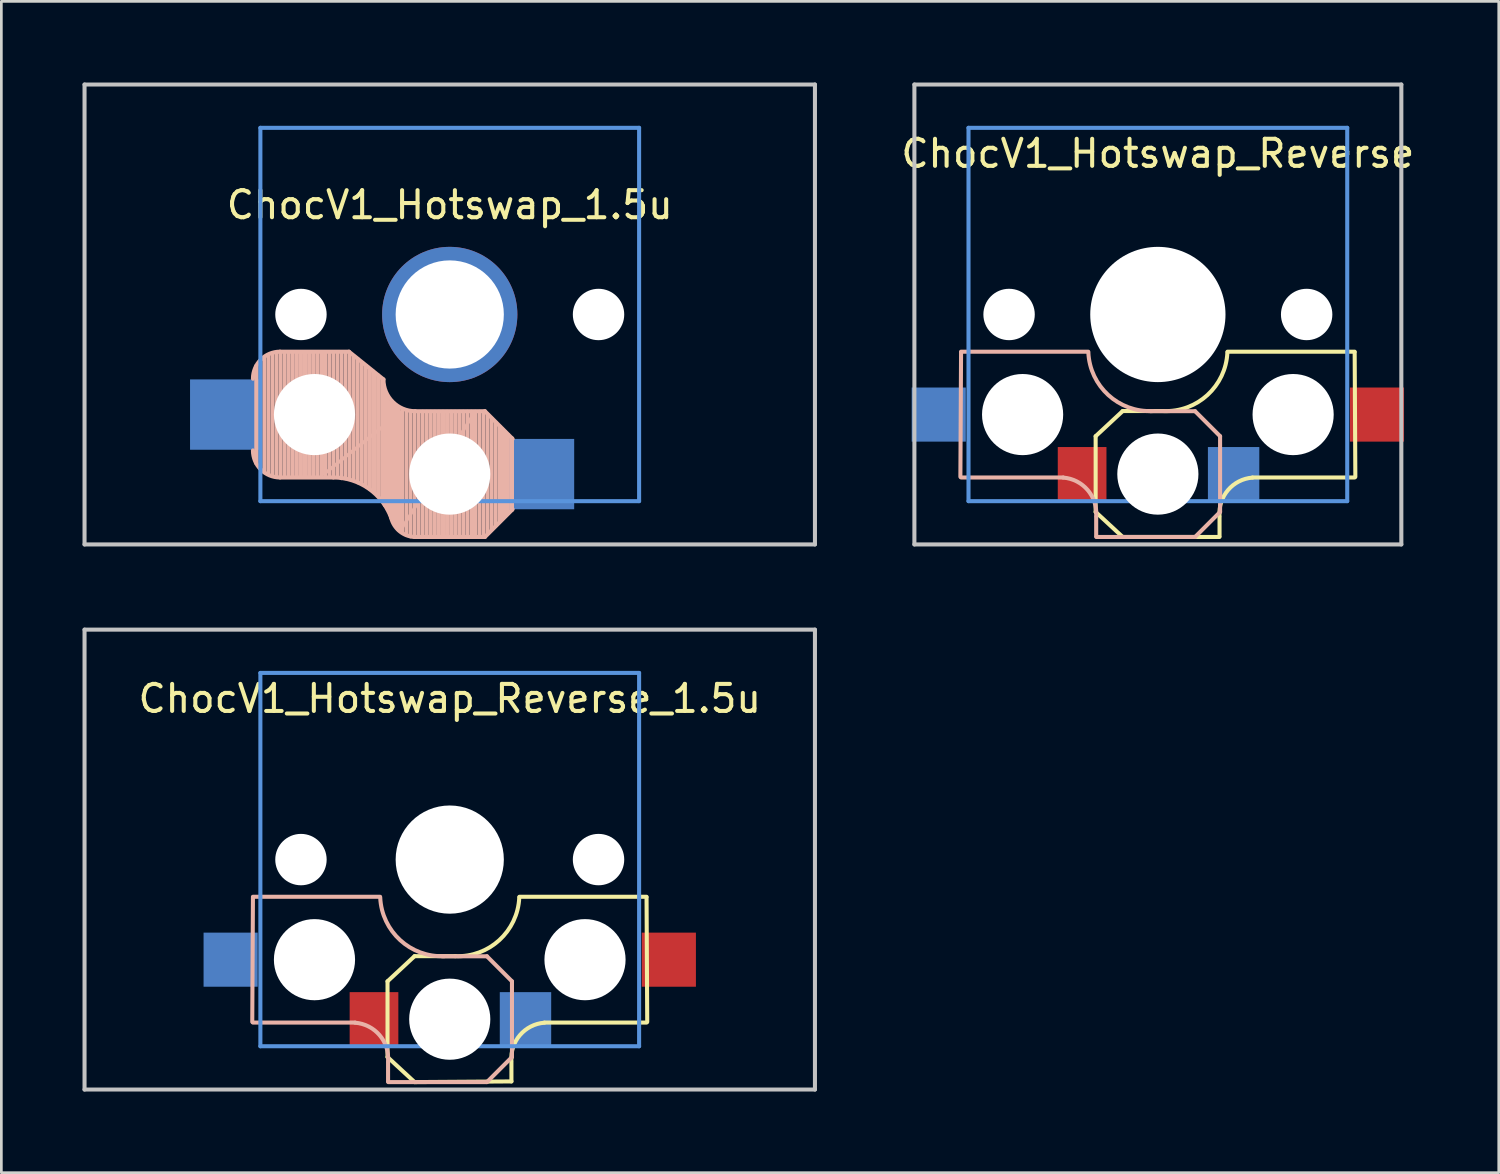
<source format=kicad_pcb>
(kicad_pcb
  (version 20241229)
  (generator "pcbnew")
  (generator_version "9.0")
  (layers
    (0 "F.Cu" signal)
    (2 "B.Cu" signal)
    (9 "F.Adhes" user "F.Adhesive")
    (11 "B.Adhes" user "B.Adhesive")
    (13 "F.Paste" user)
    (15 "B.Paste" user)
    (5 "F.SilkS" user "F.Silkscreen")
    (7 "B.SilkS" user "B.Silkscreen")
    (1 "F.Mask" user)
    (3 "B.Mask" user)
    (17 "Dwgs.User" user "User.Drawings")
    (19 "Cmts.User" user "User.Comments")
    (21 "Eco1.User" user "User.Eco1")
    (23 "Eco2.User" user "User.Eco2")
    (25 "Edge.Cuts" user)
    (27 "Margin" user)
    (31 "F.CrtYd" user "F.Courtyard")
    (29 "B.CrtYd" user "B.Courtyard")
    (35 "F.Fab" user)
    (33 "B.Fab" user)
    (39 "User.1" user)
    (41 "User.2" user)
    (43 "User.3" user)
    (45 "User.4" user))
  (footprint "ChocV1_Hotswap_Reverse_1.5u"
    (layer "F.Cu")
    (at 13.575 28.725)
    (property "Reference" "ChocV1_Hotswap_Reverse_1.5u" (at 0 -5.95 0) (layer "F.SilkS") (effects (font (size 1 1) (thickness 0.15))))
    (attr through_hole)
    (fp_line (start -2.3 4.5) (end -2.3 7.3) (stroke (width 0.15) (type solid)) (layer "F.SilkS"))
    (fp_line (start -2.3 4.5) (end -1.3 3.57) (stroke (width 0.15) (type solid)) (layer "F.SilkS"))
    (fp_line (start -2.3 7.3) (end -1.3 8.225) (stroke (width 0.15) (type solid)) (layer "F.SilkS"))
    (fp_line (start -1.3 3.57) (end 0.2 3.57) (stroke (width 0.15) (type solid)) (layer "F.SilkS"))
    (fp_line (start -1.3 8.225) (end 2.28 8.2) (stroke (width 0.15) (type solid)) (layer "F.SilkS"))
    (fp_line (start 2.28 7.5) (end 2.28 8.2) (stroke (width 0.15) (type solid)) (layer "F.SilkS"))
    (fp_line (start 2.575 1.375) (end 7.275 1.375) (stroke (width 0.15) (type solid)) (layer "F.SilkS"))
    (fp_line (start 3.5 6.025) (end 7.275 6.025) (stroke (width 0.15) (type solid)) (layer "F.SilkS"))
    (fp_line (start 7.275 1.4) (end 7.3 6) (stroke (width 0.15) (type solid)) (layer "F.SilkS"))
    (fp_arc (start 2.28 7.45) (mid 2.595908 6.48733) (end 3.5 6.03) (stroke (width 0.15) (type solid)) (layer "F.SilkS"))
    (fp_arc (start 2.57 1.4) (mid 1.834422 2.975843) (end 0.2 3.57) (stroke (width 0.15) (type solid)) (layer "F.SilkS"))
    (fp_line (start -7.275 1.4) (end -7.3 6) (stroke (width 0.15) (type solid)) (layer "B.SilkS"))
    (fp_line (start -3.5 6.025) (end -7.275 6.025) (stroke (width 0.15) (type solid)) (layer "B.SilkS"))
    (fp_line (start -2.575 1.375) (end -7.275 1.375) (stroke (width 0.15) (type solid)) (layer "B.SilkS"))
    (fp_line (start -2.28 7.5) (end -2.28 8.2) (stroke (width 0.15) (type solid)) (layer "B.SilkS"))
    (fp_line (start 1.375 3.575) (end -0.275 3.575) (stroke (width 0.15) (type solid)) (layer "B.SilkS"))
    (fp_line (start 1.375 8.225) (end -2.275 8.225) (stroke (width 0.15) (type solid)) (layer "B.SilkS"))
    (fp_line (start 1.375 8.225) (end 2.3 7.3) (stroke (width 0.15) (type solid)) (layer "B.SilkS"))
    (fp_line (start 2.3 4.5) (end 1.375 3.575) (stroke (width 0.15) (type solid)) (layer "B.SilkS"))
    (fp_line (start 2.3 4.5) (end 2.3 7.3) (stroke (width 0.15) (type solid)) (layer "B.SilkS"))
    (fp_arc (start -3.5 6.03) (mid -2.595908 6.48733) (end -2.28 7.45) (stroke (width 0.15) (type solid)) (layer "B.SilkS"))
    (fp_arc (start -0.2 3.57) (mid -1.834422 2.975843) (end -2.57 1.4) (stroke (width 0.15) (type solid)) (layer "B.SilkS"))
    (fp_line (start -13.5 -8.5) (end 13.5 -8.5) (stroke (width 0.15) (type solid)) (layer "Dwgs.User"))
    (fp_line (start -13.5 8.5) (end -13.5 -8.5) (stroke (width 0.15) (type solid)) (layer "Dwgs.User"))
    (fp_line (start 13.5 -8.5) (end 13.5 8.5) (stroke (width 0.15) (type solid)) (layer "Dwgs.User"))
    (fp_line (start 13.5 8.5) (end -13.5 8.5) (stroke (width 0.15) (type solid)) (layer "Dwgs.User"))
    (fp_line (start -7 -6.9) (end 7 -6.9) (stroke (width 0.15) (type solid)) (layer "Cmts.User"))
    (fp_line (start -7 6.9) (end -7 -6.9) (stroke (width 0.15) (type solid)) (layer "Cmts.User"))
    (fp_line (start 7 -6.9) (end 7 6.9) (stroke (width 0.15) (type solid)) (layer "Cmts.User"))
    (fp_line (start 7 6.9) (end -7 6.9) (stroke (width 0.15) (type solid)) (layer "Cmts.User"))
    (pad "" np_thru_hole circle (at -5.5 0 90) (size 1.9 1.9) (drill 1.9) (layers "*.Cu" "*.Mask"))
    (pad "" np_thru_hole circle (at -5 3.7 90) (size 3 3) (drill 3) (layers "*.Cu" "*.Mask"))
    (pad "" np_thru_hole circle (at 0 0 90) (size 4 4) (drill 4) (layers "*.Cu" "*.Mask"))
    (pad "" np_thru_hole circle (at 0 5.9 90) (size 3 3) (drill 3) (layers "*.Cu" "*.Mask"))
    (pad "" np_thru_hole circle (at 5 3.7 270) (size 3 3) (drill 3) (layers "*.Cu" "*.Mask"))
    (pad "" np_thru_hole circle (at 5.5 0 90) (size 1.9 1.9) (drill 1.9) (layers "*.Cu" "*.Mask"))
    (pad "1" smd rect (at -8.1 3.7 180) (size 2 2) (layers "B.Cu" "B.Mask" "B.Paste"))
    (pad "1" smd rect (at 8.1 3.7 180) (size 2 2) (layers "F.Cu" "F.Mask" "F.Paste"))
    (pad "2" smd rect (at -2.8 5.9 180) (size 1.8 2) (layers "F.Cu" "F.Mask" "F.Paste"))
    (pad "2" smd rect (at 2.8 5.9 180) (size 1.9 2) (layers "B.Cu" "B.Mask" "B.Paste")))
  (footprint "ChocV1_Hotswap_1.5u"
    (layer "F.Cu")
    (at 13.575 8.575)
    (property "Reference" "ChocV1_Hotswap_1.5u" (at 0 -4.05 0) (layer "F.SilkS") (effects (font (size 1 1) (thickness 0.15))))
    (attr through_hole)
    (fp_line (start -7.15 5.5) (end -7.15 1.9) (stroke (width 0.15) (type solid)) (layer "B.SilkS"))
    (fp_line (start -7 5.7) (end -7 1.7) (stroke (width 0.15) (type solid)) (layer "B.SilkS"))
    (fp_line (start -6.85 5.8) (end -6.85 1.6) (stroke (width 0.15) (type solid)) (layer "B.SilkS"))
    (fp_line (start -6.7 5.9) (end -6.7 1.5) (stroke (width 0.15) (type solid)) (layer "B.SilkS"))
    (fp_line (start -6.55 5.95) (end -6.55 1.45) (stroke (width 0.15) (type solid)) (layer "B.SilkS"))
    (fp_line (start -6.4 6) (end -6.4 1.45) (stroke (width 0.15) (type solid)) (layer "B.SilkS"))
    (fp_line (start -6.25 6) (end -6.25 1.4) (stroke (width 0.15) (type solid)) (layer "B.SilkS"))
    (fp_line (start -6.1 6) (end -6.1 1.4) (stroke (width 0.15) (type solid)) (layer "B.SilkS"))
    (fp_line (start -5.95 6) (end -5.95 1.4) (stroke (width 0.15) (type solid)) (layer "B.SilkS"))
    (fp_line (start -5.8 6) (end -5.8 1.4) (stroke (width 0.15) (type solid)) (layer "B.SilkS"))
    (fp_line (start -5.65 6) (end -5.65 1.4) (stroke (width 0.15) (type solid)) (layer "B.SilkS"))
    (fp_line (start -5.5 6) (end -5.5 1.4) (stroke (width 0.15) (type solid)) (layer "B.SilkS"))
    (fp_line (start -5.35 6) (end -5.35 1.4) (stroke (width 0.15) (type solid)) (layer "B.SilkS"))
    (fp_line (start -5.2 6) (end -5.2 1.4) (stroke (width 0.15) (type solid)) (layer "B.SilkS"))
    (fp_line (start -5.05 6) (end -5.05 1.4) (stroke (width 0.15) (type solid)) (layer "B.SilkS"))
    (fp_line (start -4.9 6) (end -4.9 1.4) (stroke (width 0.15) (type solid)) (layer "B.SilkS"))
    (fp_line (start -4.75 6) (end -4.75 1.4) (stroke (width 0.15) (type solid)) (layer "B.SilkS"))
    (fp_line (start -4.65 5.9) (end -4.65 1.4) (stroke (width 0.12) (type solid)) (layer "B.SilkS"))
    (fp_line (start -4.6 6) (end -4.6 1.4) (stroke (width 0.15) (type solid)) (layer "B.SilkS"))
    (fp_line (start -4.45 6) (end -4.45 1.4) (stroke (width 0.15) (type solid)) (layer "B.SilkS"))
    (fp_line (start -4.3 6) (end -4.3 1.4) (stroke (width 0.15) (type solid)) (layer "B.SilkS"))
    (fp_line (start -4.3 6.025) (end -6.275 6.025) (stroke (width 0.15) (type solid)) (layer "B.SilkS"))
    (fp_line (start -4.15 6) (end -4.15 1.45) (stroke (width 0.15) (type solid)) (layer "B.SilkS"))
    (fp_line (start -4 6.05) (end -4 1.4) (stroke (width 0.15) (type solid)) (layer "B.SilkS"))
    (fp_line (start -3.85 6.05) (end -3.85 1.4) (stroke (width 0.15) (type solid)) (layer "B.SilkS"))
    (fp_line (start -3.725 1.375) (end -6.275 1.375) (stroke (width 0.15) (type solid)) (layer "B.SilkS"))
    (fp_line (start -3.725 1.375) (end -2.45 2.4) (stroke (width 0.15) (type solid)) (layer "B.SilkS"))
    (fp_line (start -3.7 6.05) (end -3.7 1.45) (stroke (width 0.15) (type solid)) (layer "B.SilkS"))
    (fp_line (start -3.55 6.1) (end -3.55 1.55) (stroke (width 0.15) (type solid)) (layer "B.SilkS"))
    (fp_line (start -3.4 6.2) (end -3.4 1.65) (stroke (width 0.15) (type solid)) (layer "B.SilkS"))
    (fp_line (start -3.25 6.25) (end -3.25 1.8) (stroke (width 0.15) (type solid)) (layer "B.SilkS"))
    (fp_line (start -3.1 6.35) (end -3.1 1.9) (stroke (width 0.15) (type solid)) (layer "B.SilkS"))
    (fp_line (start -2.95 6.45) (end -2.95 2.05) (stroke (width 0.15) (type solid)) (layer "B.SilkS"))
    (fp_line (start -2.8 6.55) (end -2.8 2.15) (stroke (width 0.15) (type solid)) (layer "B.SilkS"))
    (fp_line (start -2.65 6.7) (end -2.65 2.25) (stroke (width 0.15) (type solid)) (layer "B.SilkS"))
    (fp_line (start -2.5 6.85) (end -2.5 2.4) (stroke (width 0.15) (type solid)) (layer "B.SilkS"))
    (fp_line (start -2.4 7.05) (end -2.4 2.9) (stroke (width 0.15) (type solid)) (layer "B.SilkS"))
    (fp_line (start -2.3 7.2) (end -2.3 3.05) (stroke (width 0.15) (type solid)) (layer "B.SilkS"))
    (fp_line (start -2.2 7.4) (end -2.2 3.25) (stroke (width 0.15) (type solid)) (layer "B.SilkS"))
    (fp_line (start -2.1 7.55) (end -2.1 3.35) (stroke (width 0.15) (type solid)) (layer "B.SilkS"))
    (fp_line (start -2 7.8) (end -2 3.4) (stroke (width 0.15) (type solid)) (layer "B.SilkS"))
    (fp_line (start -1.9 7.95) (end -1.9 3.45) (stroke (width 0.15) (type solid)) (layer "B.SilkS"))
    (fp_line (start -1.8 3.6) (end -4.65 5.9) (stroke (width 0.12) (type solid)) (layer "B.SilkS"))
    (fp_line (start -1.8 7.95) (end -1.8 3.6) (stroke (width 0.12) (type solid)) (layer "B.SilkS"))
    (fp_line (start -1.75 8.05) (end -1.75 3.5) (stroke (width 0.15) (type solid)) (layer "B.SilkS"))
    (fp_line (start -1.6 8.15) (end -1.6 3.6) (stroke (width 0.15) (type solid)) (layer "B.SilkS"))
    (fp_line (start -1.45 8.2) (end -1.45 3.6) (stroke (width 0.15) (type solid)) (layer "B.SilkS"))
    (fp_line (start -1.3 8.2) (end -1.3 3.6) (stroke (width 0.15) (type solid)) (layer "B.SilkS"))
    (fp_line (start -1.15 8.2) (end -1.15 3.65) (stroke (width 0.15) (type solid)) (layer "B.SilkS"))
    (fp_line (start -1 8.2) (end -1 3.6) (stroke (width 0.15) (type solid)) (layer "B.SilkS"))
    (fp_line (start -0.85 8.2) (end -0.85 3.6) (stroke (width 0.15) (type solid)) (layer "B.SilkS"))
    (fp_line (start -0.7 8.2) (end -0.7 3.6) (stroke (width 0.15) (type solid)) (layer "B.SilkS"))
    (fp_line (start -0.55 8.2) (end -0.55 3.6) (stroke (width 0.15) (type solid)) (layer "B.SilkS"))
    (fp_line (start -0.4 8.2) (end -0.4 3.6) (stroke (width 0.15) (type solid)) (layer "B.SilkS"))
    (fp_line (start -0.25 8.2) (end -0.25 3.6) (stroke (width 0.15) (type solid)) (layer "B.SilkS"))
    (fp_line (start -0.1 8.2) (end -0.1 3.6) (stroke (width 0.15) (type solid)) (layer "B.SilkS"))
    (fp_line (start 0.05 8.2) (end 0.05 3.6) (stroke (width 0.15) (type solid)) (layer "B.SilkS"))
    (fp_line (start 0.2 8.2) (end 0.2 3.6) (stroke (width 0.15) (type solid)) (layer "B.SilkS"))
    (fp_line (start 0.35 8.2) (end 0.35 3.6) (stroke (width 0.15) (type solid)) (layer "B.SilkS"))
    (fp_line (start 0.5 8.2) (end 0.5 3.6) (stroke (width 0.15) (type solid)) (layer "B.SilkS"))
    (fp_line (start 0.65 8.2) (end 0.65 3.6) (stroke (width 0.15) (type solid)) (layer "B.SilkS"))
    (fp_line (start 0.8 8.2) (end 0.8 3.6) (stroke (width 0.15) (type solid)) (layer "B.SilkS"))
    (fp_line (start 0.9 3.65) (end -1.8 7.95) (stroke (width 0.12) (type solid)) (layer "B.SilkS"))
    (fp_line (start 0.9 8.1) (end 0.9 3.65) (stroke (width 0.12) (type solid)) (layer "B.SilkS"))
    (fp_line (start 0.95 8.2) (end 0.95 3.6) (stroke (width 0.15) (type solid)) (layer "B.SilkS"))
    (fp_line (start 1.1 8.2) (end 1.1 3.6) (stroke (width 0.15) (type solid)) (layer "B.SilkS"))
    (fp_line (start 1.25 8.2) (end 1.25 3.6) (stroke (width 0.15) (type solid)) (layer "B.SilkS"))
    (fp_line (start 1.3 3.575) (end -1.275 3.575) (stroke (width 0.15) (type solid)) (layer "B.SilkS"))
    (fp_line (start 1.3 3.575) (end 2.325 4.6) (stroke (width 0.15) (type solid)) (layer "B.SilkS"))
    (fp_line (start 1.3 8.225) (end -1.3 8.225) (stroke (width 0.15) (type solid)) (layer "B.SilkS"))
    (fp_line (start 1.3 8.225) (end 2.325 7.2) (stroke (width 0.15) (type solid)) (layer "B.SilkS"))
    (fp_line (start 1.4 8.1) (end 1.4 3.7) (stroke (width 0.15) (type solid)) (layer "B.SilkS"))
    (fp_line (start 1.55 7.95) (end 1.55 3.85) (stroke (width 0.15) (type solid)) (layer "B.SilkS"))
    (fp_line (start 1.7 7.8) (end 1.7 4) (stroke (width 0.15) (type solid)) (layer "B.SilkS"))
    (fp_line (start 1.85 7.65) (end 1.85 4.15) (stroke (width 0.15) (type solid)) (layer "B.SilkS"))
    (fp_line (start 1.95 7.55) (end 1.95 4.25) (stroke (width 0.15) (type solid)) (layer "B.SilkS"))
    (fp_line (start 2.05 7.45) (end 2.05 4.35) (stroke (width 0.15) (type solid)) (layer "B.SilkS"))
    (fp_line (start 2.15 7.35) (end 2.15 4.45) (stroke (width 0.15) (type solid)) (layer "B.SilkS"))
    (fp_line (start 2.3 4.575) (end 2.3 7.225) (stroke (width 0.15) (type solid)) (layer "B.SilkS"))
    (fp_arc (start -7.275 2.375) (mid -6.982107 1.667893) (end -6.275 1.375) (stroke (width 0.15) (type solid)) (layer "B.SilkS"))
    (fp_arc (start -6.275 6.025) (mid -6.982107 5.732107) (end -7.275 5.025) (stroke (width 0.15) (type solid)) (layer "B.SilkS"))
    (fp_arc (start -4.3 6.025) (mid -2.995114 6.436429) (end -2.162199 7.521904) (stroke (width 0.15) (type solid)) (layer "B.SilkS"))
    (fp_arc (start -1.300995 8.223791) (mid -1.848284 8.016021) (end -2.162199 7.521904) (stroke (width 0.15) (type solid)) (layer "B.SilkS"))
    (fp_arc (start -1.275 3.575) (mid -2.10585 3.23085) (end -2.45 2.4) (stroke (width 0.15) (type solid)) (layer "B.SilkS"))
    (fp_line (start -13.5 -8.5) (end -13.5 8.5) (stroke (width 0.15) (type solid)) (layer "Dwgs.User"))
    (fp_line (start -13.5 -8.5) (end 13.5 -8.5) (stroke (width 0.15) (type solid)) (layer "Dwgs.User"))
    (fp_line (start -13.5 8.5) (end 13.5 8.5) (stroke (width 0.15) (type solid)) (layer "Dwgs.User"))
    (fp_line (start 13.5 8.5) (end 13.5 -8.5) (stroke (width 0.15) (type solid)) (layer "Dwgs.User"))
    (fp_line (start -7 -6.9) (end -7 6.9) (stroke (width 0.15) (type solid)) (layer "Cmts.User"))
    (fp_line (start -7 -6.9) (end 7 -6.9) (stroke (width 0.15) (type solid)) (layer "Cmts.User"))
    (fp_line (start 7 -6.9) (end 7 6.9) (stroke (width 0.15) (type solid)) (layer "Cmts.User"))
    (fp_line (start 7 6.9) (end -7 6.9) (stroke (width 0.15) (type solid)) (layer "Cmts.User"))
    (fp_line (start -7.5 -7.5) (end -7.5 7.5) (stroke (width 0.15) (type solid)) (layer "Eco2.User"))
    (fp_line (start -7.5 -7.5) (end 7.5 -7.5) (stroke (width 0.15) (type solid)) (layer "Eco2.User"))
    (fp_line (start -7.5 7.5) (end 7.5 7.5) (stroke (width 0.15) (type solid)) (layer "Eco2.User"))
    (fp_line (start 7.5 7.5) (end 7.5 -7.5) (stroke (width 0.15) (type solid)) (layer "Eco2.User"))
    (pad "" np_thru_hole circle (at -5.5 0 90) (size 1.9 1.9) (drill 1.9) (layers "*.Cu"))
    (pad "" np_thru_hole circle (at -5 3.7 90) (size 3 3) (drill 3) (layers "*.Cu" "*.Mask"))
    (pad "" np_thru_hole circle (at 0 0 90) (size 5 5) (drill 4) (layers "*.Cu"))
    (pad "" np_thru_hole circle (at 0 5.9 90) (size 3 3) (drill 3) (layers "*.Cu" "*.Mask"))
    (pad "" np_thru_hole circle (at 5.5 0 90) (size 1.9 1.9) (drill 1.9) (layers "*.Cu"))
    (pad "1" smd rect (at -8.3 3.7 180) (size 2.6 2.6) (layers "B.Cu" "B.Mask" "B.Paste"))
    (pad "2" smd rect (at 3.3 5.9 180) (size 2.6 2.6) (layers "B.Cu" "B.Mask" "B.Paste")))
  (footprint "ChocV1_Hotswap_Reverse"
    (layer "F.Cu")
    (at 39.751 8.575)
    (property "Reference" "ChocV1_Hotswap_Reverse" (at 0 -5.95 0) (layer "F.SilkS") (effects (font (size 1 1) (thickness 0.15))))
    (attr through_hole)
    (fp_line (start -2.3 4.5) (end -2.3 7.3) (stroke (width 0.15) (type solid)) (layer "F.SilkS"))
    (fp_line (start -2.3 4.5) (end -1.3 3.57) (stroke (width 0.15) (type solid)) (layer "F.SilkS"))
    (fp_line (start -2.3 7.3) (end -1.3 8.225) (stroke (width 0.15) (type solid)) (layer "F.SilkS"))
    (fp_line (start -1.3 3.57) (end 0.2 3.57) (stroke (width 0.15) (type solid)) (layer "F.SilkS"))
    (fp_line (start -1.3 8.225) (end 2.275 8.225) (stroke (width 0.15) (type solid)) (layer "F.SilkS"))
    (fp_line (start 2.28 7.5) (end 2.28 8.2) (stroke (width 0.15) (type solid)) (layer "F.SilkS"))
    (fp_line (start 2.575 1.375) (end 7.275 1.375) (stroke (width 0.15) (type solid)) (layer "F.SilkS"))
    (fp_line (start 3.5 6.025) (end 7.275 6.025) (stroke (width 0.15) (type solid)) (layer "F.SilkS"))
    (fp_line (start 7.275 1.4) (end 7.3 6) (stroke (width 0.15) (type solid)) (layer "F.SilkS"))
    (fp_arc (start 2.28 7.45) (mid 2.595908 6.48733) (end 3.5 6.03) (stroke (width 0.15) (type solid)) (layer "F.SilkS"))
    (fp_arc (start 2.57 1.4) (mid 1.834422 2.975843) (end 0.2 3.57) (stroke (width 0.15) (type solid)) (layer "F.SilkS"))
    (fp_line (start -7.275 1.4) (end -7.3 6) (stroke (width 0.15) (type solid)) (layer "B.SilkS"))
    (fp_line (start -3.5 6.025) (end -7.275 6.025) (stroke (width 0.15) (type solid)) (layer "B.SilkS"))
    (fp_line (start -2.575 1.375) (end -7.275 1.375) (stroke (width 0.15) (type solid)) (layer "B.SilkS"))
    (fp_line (start -2.28 7.5) (end -2.28 8.2) (stroke (width 0.15) (type solid)) (layer "B.SilkS"))
    (fp_line (start 1.375 3.575) (end -0.275 3.575) (stroke (width 0.15) (type solid)) (layer "B.SilkS"))
    (fp_line (start 1.375 8.225) (end -2.275 8.225) (stroke (width 0.15) (type solid)) (layer "B.SilkS"))
    (fp_line (start 1.375 8.225) (end 2.3 7.3) (stroke (width 0.15) (type solid)) (layer "B.SilkS"))
    (fp_line (start 2.3 4.5) (end 1.375 3.575) (stroke (width 0.15) (type solid)) (layer "B.SilkS"))
    (fp_line (start 2.3 4.5) (end 2.3 7.3) (stroke (width 0.15) (type solid)) (layer "B.SilkS"))
    (fp_arc (start -3.5 6.03) (mid -2.595908 6.48733) (end -2.28 7.45) (stroke (width 0.15) (type solid)) (layer "B.SilkS"))
    (fp_arc (start -0.2 3.57) (mid -1.834422 2.975843) (end -2.57 1.4) (stroke (width 0.15) (type solid)) (layer "B.SilkS"))
    (fp_line (start -9 -8.5) (end 9 -8.5) (stroke (width 0.15) (type solid)) (layer "Dwgs.User"))
    (fp_line (start -9 8.5) (end -9 -8.5) (stroke (width 0.15) (type solid)) (layer "Dwgs.User"))
    (fp_line (start 9 -8.5) (end 9 8.5) (stroke (width 0.15) (type solid)) (layer "Dwgs.User"))
    (fp_line (start 9 8.5) (end -9 8.5) (stroke (width 0.15) (type solid)) (layer "Dwgs.User"))
    (fp_line (start -7 -6.9) (end 7 -6.9) (stroke (width 0.15) (type solid)) (layer "Cmts.User"))
    (fp_line (start -7 6.9) (end -7 -6.9) (stroke (width 0.15) (type solid)) (layer "Cmts.User"))
    (fp_line (start 7 -6.9) (end 7 6.9) (stroke (width 0.15) (type solid)) (layer "Cmts.User"))
    (fp_line (start 7 6.9) (end -7 6.9) (stroke (width 0.15) (type solid)) (layer "Cmts.User"))
    (fp_line (start 9 -8.5) (end 9 8.5) (stroke (width 0.15) (type solid)) (layer "Eco2.User"))
    (pad "" np_thru_hole circle (at -5.5 0 90) (size 1.9 1.9) (drill 1.9) (layers "*.Cu" "*.Mask"))
    (pad "" np_thru_hole circle (at -5 3.7 90) (size 3 3) (drill 3) (layers "*.Cu" "*.Mask"))
    (pad "" np_thru_hole circle (at 0 0 90) (size 5 5) (drill 5) (layers "*.Cu" "*.Mask"))
    (pad "" np_thru_hole circle (at 0 5.9 90) (size 3 3) (drill 3) (layers "*.Cu" "*.Mask"))
    (pad "" np_thru_hole circle (at 5 3.7 270) (size 3 3) (drill 3) (layers "*.Cu" "*.Mask"))
    (pad "" np_thru_hole circle (at 5.5 0 90) (size 1.9 1.9) (drill 1.9) (layers "*.Cu" "*.Mask"))
    (pad "1" smd rect (at -8.1 3.7 180) (size 2 2) (layers "B.Cu" "B.Mask" "B.Paste"))
    (pad "1" smd rect (at 8.1 3.7 180) (size 2 2) (layers "F.Cu" "F.Mask" "F.Paste"))
    (pad "2" smd rect (at -2.8 5.9 180) (size 1.8 2) (layers "F.Cu" "F.Mask" "F.Paste"))
    (pad "2" smd rect (at 2.8 5.9 180) (size 1.9 2) (layers "B.Cu" "B.Mask" "B.Paste")))
  (gr_rect
    (start -3 -3)
    (end 52.352 40.3)
    (stroke (width 0.1) (type default))
    (fill no)
    (layer "Edge.Cuts")))
</source>
